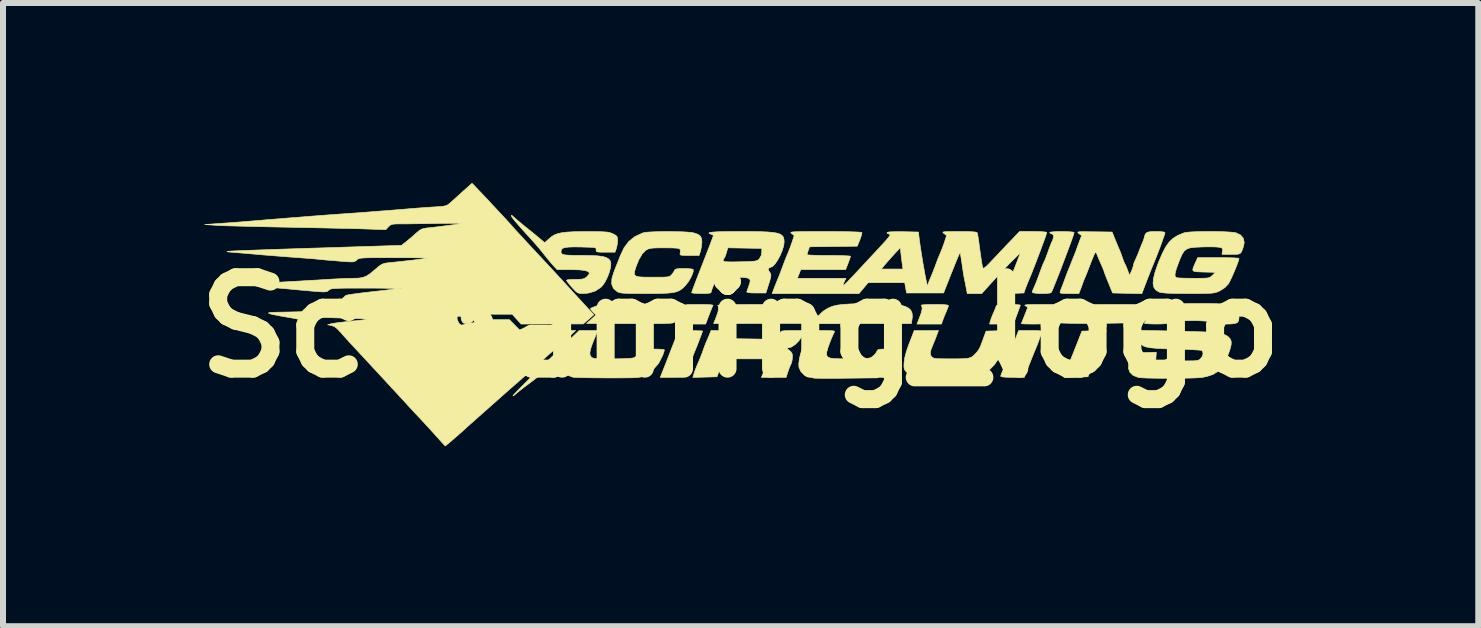
<source format=kicad_pcb>
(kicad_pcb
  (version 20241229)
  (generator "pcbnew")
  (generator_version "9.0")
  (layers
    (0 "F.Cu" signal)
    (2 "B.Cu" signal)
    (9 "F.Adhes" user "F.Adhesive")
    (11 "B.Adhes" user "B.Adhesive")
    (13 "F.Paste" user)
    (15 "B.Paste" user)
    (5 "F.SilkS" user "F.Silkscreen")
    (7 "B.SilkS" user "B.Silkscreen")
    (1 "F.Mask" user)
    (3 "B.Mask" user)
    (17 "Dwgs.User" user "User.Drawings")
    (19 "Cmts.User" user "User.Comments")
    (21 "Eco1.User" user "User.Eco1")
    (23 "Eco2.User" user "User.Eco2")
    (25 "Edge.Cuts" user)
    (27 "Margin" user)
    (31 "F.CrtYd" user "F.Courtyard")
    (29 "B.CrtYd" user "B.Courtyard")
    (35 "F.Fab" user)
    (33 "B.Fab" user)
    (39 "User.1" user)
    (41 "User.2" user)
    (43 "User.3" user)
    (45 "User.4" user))
  (footprint "Screaming_logo"
    (layer "F.Cu")
    (at 9.296 2.406)
    (property "Reference" "Screaming_logo" (at 0 0 0) (layer "F.SilkS") (effects (font (size 1.524 1.524) (thickness 0.3))))
    (attr through_hole)
    (fp_poly (pts (xy -4.526 -0.287) (xy -4.482 -0.262) (xy -4.45 -0.222) (xy -4.438 -0.171) (xy -4.454 -0.118) (xy -4.464 -0.103) (xy -4.512 -0.065) (xy -4.569 -0.055) (xy -4.621 -0.072) (xy -4.634 -0.083) (xy -4.657 -0.128) (xy -4.661 -0.187) (xy -4.645 -0.24) (xy -4.63 -0.26) (xy -4.578 -0.288) (xy -4.526 -0.287)) (stroke (width 0.01) (type solid)) (fill yes) (layer "F.SilkS"))
    (fp_poly (pts (xy 4.543 -0.38) (xy 4.608 -0.377) (xy 4.65 -0.373) (xy 4.663 -0.369) (xy 4.657 -0.348) (xy 4.64 -0.301) (xy 4.617 -0.238) (xy 4.605 -0.206) (xy 4.548 -0.054) (xy 4.151 -0.054) (xy 4.163 -0.104) (xy 4.178 -0.148) (xy 4.202 -0.209) (xy 4.22 -0.25) (xy 4.243 -0.305) (xy 4.259 -0.347) (xy 4.264 -0.363) (xy 4.281 -0.371) (xy 4.328 -0.377) (xy 4.401 -0.38) (xy 4.463 -0.381) (xy 4.543 -0.38)) (stroke (width 0.01) (type solid)) (fill yes) (layer "F.SilkS"))
    (fp_poly (pts (xy 3.329 -0.38) (xy 3.406 -0.376) (xy 3.452 -0.37) (xy 3.465 -0.363) (xy 3.458 -0.336) (xy 3.441 -0.291) (xy 3.431 -0.267) (xy 3.403 -0.202) (xy 3.377 -0.136) (xy 3.372 -0.122) (xy 3.349 -0.054) (xy 2.94 -0.054) (xy 2.978 -0.15) (xy 3.013 -0.244) (xy 3.027 -0.311) (xy 3.021 -0.352) (xy 3.01 -0.365) (xy 3.016 -0.371) (xy 3.055 -0.376) (xy 3.123 -0.379) (xy 3.215 -0.381) (xy 3.225 -0.381) (xy 3.329 -0.38)) (stroke (width 0.01) (type solid)) (fill yes) (layer "F.SilkS"))
    (fp_poly (pts (xy 6.075 0.104) (xy 6.055 0.154) (xy 6.04 0.19) (xy 6.028 0.219) (xy 6.006 0.275) (xy 5.976 0.352) (xy 5.94 0.444) (xy 5.907 0.526) (xy 5.791 0.825) (xy 5.391 0.836) (xy 5.427 0.731) (xy 5.449 0.668) (xy 5.469 0.615) (xy 5.48 0.59) (xy 5.493 0.56) (xy 5.516 0.504) (xy 5.547 0.428) (xy 5.581 0.341) (xy 5.594 0.308) (xy 5.69 0.064) (xy 5.893 0.058) (xy 6.096 0.053) (xy 6.075 0.104)) (stroke (width 0.01) (type solid)) (fill yes) (layer "F.SilkS"))
    (fp_poly (pts (xy 2.406 -0.395) (xy 2.545 -0.387) (xy 2.655 -0.372) (xy 2.739 -0.35) (xy 2.8 -0.32) (xy 2.839 -0.282) (xy 2.859 -0.234) (xy 2.863 -0.175) (xy 2.859 -0.141) (xy 2.847 -0.062) (xy 1.198 -0.06) (xy 1.258 -0.143) (xy 1.307 -0.202) (xy 1.363 -0.256) (xy 1.389 -0.276) (xy 1.442 -0.31) (xy 1.495 -0.336) (xy 1.553 -0.356) (xy 1.622 -0.371) (xy 1.707 -0.381) (xy 1.814 -0.388) (xy 1.948 -0.393) (xy 2.032 -0.395) (xy 2.236 -0.397) (xy 2.406 -0.395)) (stroke (width 0.01) (type solid)) (fill yes) (layer "F.SilkS"))
    (fp_poly (pts (xy 0.457 -0.381) (xy 0.606 -0.38) (xy 0.725 -0.379) (xy 0.819 -0.377) (xy 0.891 -0.374) (xy 0.945 -0.37) (xy 0.985 -0.365) (xy 1.015 -0.358) (xy 1.032 -0.352) (xy 1.098 -0.311) (xy 1.132 -0.252) (xy 1.137 -0.173) (xy 1.132 -0.14) (xy 1.116 -0.064) (xy 0.333 -0.063) (xy -0.45 -0.063) (xy -0.413 -0.154) (xy -0.379 -0.248) (xy -0.366 -0.315) (xy -0.373 -0.355) (xy -0.383 -0.365) (xy -0.372 -0.368) (xy -0.327 -0.372) (xy -0.253 -0.375) (xy -0.151 -0.377) (xy -0.025 -0.379) (xy 0.122 -0.38) (xy 0.276 -0.381) (xy 0.457 -0.381)) (stroke (width 0.01) (type solid)) (fill yes) (layer "F.SilkS"))
    (fp_poly (pts (xy -0.611 -0.38) (xy -0.537 -0.378) (xy -0.485 -0.374) (xy -0.461 -0.369) (xy -0.46 -0.367) (xy -0.47 -0.345) (xy -0.489 -0.298) (xy -0.514 -0.234) (xy -0.526 -0.204) (xy -0.583 -0.054) (xy -0.783 -0.054) (xy -0.871 -0.055) (xy -0.927 -0.057) (xy -0.959 -0.061) (xy -0.972 -0.069) (xy -0.972 -0.082) (xy -0.971 -0.086) (xy -0.958 -0.12) (xy -0.938 -0.175) (xy -0.921 -0.225) (xy -0.901 -0.284) (xy -0.893 -0.319) (xy -0.898 -0.339) (xy -0.913 -0.354) (xy -0.917 -0.357) (xy -0.926 -0.366) (xy -0.918 -0.373) (xy -0.89 -0.378) (xy -0.836 -0.38) (xy -0.753 -0.381) (xy -0.701 -0.381) (xy -0.611 -0.38)) (stroke (width 0.01) (type solid)) (fill yes) (layer "F.SilkS"))
    (fp_poly (pts (xy 5.197 -0.34) (xy 5.182 -0.3) (xy 5.159 -0.243) (xy 5.144 -0.209) (xy 5.119 -0.151) (xy 5.099 -0.104) (xy 5.092 -0.086) (xy 5.083 -0.072) (xy 5.063 -0.063) (xy 5.026 -0.057) (xy 4.965 -0.055) (xy 4.881 -0.054) (xy 4.801 -0.055) (xy 4.736 -0.056) (xy 4.693 -0.059) (xy 4.681 -0.061) (xy 4.687 -0.08) (xy 4.704 -0.123) (xy 4.729 -0.183) (xy 4.735 -0.2) (xy 4.76 -0.262) (xy 4.778 -0.31) (xy 4.785 -0.334) (xy 4.785 -0.336) (xy 4.768 -0.346) (xy 4.744 -0.36) (xy 4.737 -0.368) (xy 4.753 -0.374) (xy 4.794 -0.378) (xy 4.865 -0.38) (xy 4.959 -0.38) (xy 5.209 -0.381) (xy 5.197 -0.34)) (stroke (width 0.01) (type solid)) (fill yes) (layer "F.SilkS"))
    (fp_poly (pts (xy -0.691 0.058) (xy -0.648 0.06) (xy -0.635 0.062) (xy -0.641 0.084) (xy -0.657 0.129) (xy -0.68 0.19) (xy -0.705 0.256) (xy -0.729 0.317) (xy -0.749 0.365) (xy -0.75 0.368) (xy -0.775 0.428) (xy -0.799 0.49) (xy -0.82 0.544) (xy -0.848 0.611) (xy -0.864 0.648) (xy -0.89 0.71) (xy -0.91 0.765) (xy -0.918 0.789) (xy -0.924 0.809) (xy -0.935 0.822) (xy -0.957 0.829) (xy -0.997 0.833) (xy -1.061 0.834) (xy -1.134 0.835) (xy -1.339 0.835) (xy -1.23 0.558) (xy -1.19 0.455) (xy -1.151 0.354) (xy -1.116 0.265) (xy -1.09 0.196) (xy -1.081 0.172) (xy -1.04 0.064) (xy -0.837 0.058) (xy -0.757 0.057) (xy -0.691 0.058)) (stroke (width 0.01) (type solid)) (fill yes) (layer "F.SilkS"))
    (fp_poly (pts (xy 4.917 0.055) (xy 4.973 0.057) (xy 5.006 0.062) (xy 5.021 0.071) (xy 5.025 0.085) (xy 5.026 0.09) (xy 5.018 0.124) (xy 5.009 0.135) (xy 4.994 0.158) (xy 4.981 0.194) (xy 4.965 0.243) (xy 4.942 0.302) (xy 4.936 0.317) (xy 4.917 0.362) (xy 4.888 0.432) (xy 4.854 0.517) (xy 4.818 0.607) (xy 4.816 0.612) (xy 4.729 0.835) (xy 4.533 0.835) (xy 4.436 0.833) (xy 4.371 0.828) (xy 4.339 0.819) (xy 4.336 0.815) (xy 4.343 0.789) (xy 4.361 0.742) (xy 4.378 0.702) (xy 4.4 0.652) (xy 4.431 0.577) (xy 4.468 0.484) (xy 4.508 0.384) (xy 4.528 0.331) (xy 4.635 0.054) (xy 4.83 0.054) (xy 4.917 0.055)) (stroke (width 0.01) (type solid)) (fill yes) (layer "F.SilkS"))
    (fp_poly (pts (xy -1.644 -0.389) (xy -1.506 -0.387) (xy -1.396 -0.382) (xy -1.31 -0.375) (xy -1.246 -0.364) (xy -1.197 -0.349) (xy -1.161 -0.33) (xy -1.134 -0.305) (xy -1.124 -0.294) (xy -1.095 -0.231) (xy -1.09 -0.151) (xy -1.099 -0.098) (xy -1.102 -0.089) (xy -1.109 -0.081) (xy -1.121 -0.075) (xy -1.144 -0.07) (xy -1.18 -0.067) (xy -1.232 -0.064) (xy -1.304 -0.062) (xy -1.399 -0.061) (xy -1.52 -0.061) (xy -1.672 -0.061) (xy -1.838 -0.061) (xy -2.567 -0.063) (xy -2.412 -0.205) (xy -2.458 -0.253) (xy -2.488 -0.287) (xy -2.503 -0.309) (xy -2.504 -0.311) (xy -2.488 -0.322) (xy -2.447 -0.339) (xy -2.399 -0.356) (xy -2.364 -0.366) (xy -2.325 -0.375) (xy -2.278 -0.381) (xy -2.218 -0.385) (xy -2.14 -0.388) (xy -2.039 -0.389) (xy -1.91 -0.39) (xy -1.814 -0.39) (xy -1.644 -0.389)) (stroke (width 0.01) (type solid)) (fill yes) (layer "F.SilkS"))
    (fp_poly (pts (xy 7.824 -0.396) (xy 7.937 -0.393) (xy 8.03 -0.389) (xy 8.097 -0.384) (xy 8.106 -0.383) (xy 8.198 -0.361) (xy 8.26 -0.325) (xy 8.295 -0.271) (xy 8.306 -0.212) (xy 8.308 -0.148) (xy 8.3 -0.104) (xy 8.277 -0.076) (xy 8.233 -0.061) (xy 8.164 -0.055) (xy 8.081 -0.054) (xy 7.987 -0.056) (xy 7.923 -0.06) (xy 7.883 -0.069) (xy 7.862 -0.082) (xy 7.833 -0.093) (xy 7.775 -0.101) (xy 7.696 -0.107) (xy 7.603 -0.111) (xy 7.503 -0.111) (xy 7.405 -0.11) (xy 7.315 -0.105) (xy 7.241 -0.099) (xy 7.191 -0.089) (xy 7.174 -0.082) (xy 7.146 -0.069) (xy 7.096 -0.061) (xy 7.02 -0.056) (xy 6.935 -0.055) (xy 6.854 -0.056) (xy 6.788 -0.059) (xy 6.745 -0.063) (xy 6.731 -0.068) (xy 6.74 -0.09) (xy 6.764 -0.131) (xy 6.79 -0.173) (xy 6.868 -0.26) (xy 6.974 -0.326) (xy 7.105 -0.369) (xy 7.179 -0.382) (xy 7.244 -0.388) (xy 7.336 -0.392) (xy 7.448 -0.395) (xy 7.572 -0.396) (xy 7.7 -0.397) (xy 7.824 -0.396)) (stroke (width 0.01) (type solid)) (fill yes) (layer "F.SilkS"))
    (fp_poly (pts (xy 6.33 -0.38) (xy 6.468 -0.38) (xy 6.588 -0.379) (xy 6.685 -0.378) (xy 6.755 -0.377) (xy 6.795 -0.377) (xy 6.804 -0.376) (xy 6.798 -0.357) (xy 6.782 -0.314) (xy 6.761 -0.256) (xy 6.737 -0.191) (xy 6.713 -0.13) (xy 6.711 -0.122) (xy 6.7 -0.099) (xy 6.686 -0.084) (xy 6.66 -0.076) (xy 6.614 -0.073) (xy 6.542 -0.073) (xy 6.525 -0.073) (xy 6.448 -0.072) (xy 6.345 -0.071) (xy 6.228 -0.069) (xy 6.108 -0.067) (xy 6.051 -0.066) (xy 5.92 -0.064) (xy 5.776 -0.064) (xy 5.634 -0.064) (xy 5.508 -0.066) (xy 5.475 -0.067) (xy 5.378 -0.07) (xy 5.298 -0.075) (xy 5.24 -0.081) (xy 5.21 -0.088) (xy 5.207 -0.091) (xy 5.214 -0.115) (xy 5.232 -0.162) (xy 5.252 -0.207) (xy 5.281 -0.273) (xy 5.294 -0.315) (xy 5.291 -0.34) (xy 5.272 -0.356) (xy 5.257 -0.362) (xy 5.264 -0.366) (xy 5.306 -0.37) (xy 5.381 -0.373) (xy 5.487 -0.376) (xy 5.622 -0.378) (xy 5.785 -0.379) (xy 5.975 -0.38) (xy 6.01 -0.38) (xy 6.176 -0.38) (xy 6.33 -0.38)) (stroke (width 0.01) (type solid)) (fill yes) (layer "F.SilkS"))
    (fp_poly (pts (xy 5.422 -1.595) (xy 5.487 -1.592) (xy 5.536 -1.588) (xy 5.559 -1.581) (xy 5.56 -1.58) (xy 5.555 -1.561) (xy 5.54 -1.513) (xy 5.515 -1.442) (xy 5.482 -1.352) (xy 5.444 -1.25) (xy 5.402 -1.139) (xy 5.359 -1.026) (xy 5.317 -0.915) (xy 5.276 -0.812) (xy 5.24 -0.722) (xy 5.211 -0.649) (xy 5.189 -0.6) (xy 5.18 -0.581) (xy 5.157 -0.571) (xy 5.11 -0.565) (xy 5.049 -0.562) (xy 4.984 -0.563) (xy 4.925 -0.567) (xy 4.881 -0.574) (xy 4.862 -0.584) (xy 4.862 -0.585) (xy 4.87 -0.616) (xy 4.889 -0.659) (xy 4.906 -0.697) (xy 4.932 -0.76) (xy 4.961 -0.838) (xy 4.982 -0.895) (xy 5.01 -0.972) (xy 5.035 -1.037) (xy 5.054 -1.082) (xy 5.062 -1.098) (xy 5.074 -1.122) (xy 5.093 -1.172) (xy 5.118 -1.238) (xy 5.126 -1.261) (xy 5.15 -1.33) (xy 5.172 -1.386) (xy 5.186 -1.419) (xy 5.189 -1.424) (xy 5.203 -1.454) (xy 5.214 -1.494) (xy 5.218 -1.532) (xy 5.202 -1.551) (xy 5.19 -1.555) (xy 5.16 -1.569) (xy 5.153 -1.581) (xy 5.169 -1.587) (xy 5.213 -1.592) (xy 5.276 -1.595) (xy 5.348 -1.596) (xy 5.422 -1.595)) (stroke (width 0.01) (type solid)) (fill yes) (layer "F.SilkS"))
    (fp_poly (pts (xy -0.118 0.122) (xy -0.142 0.19) (xy 0.213 0.195) (xy 0.335 0.197) (xy 0.427 0.197) (xy 0.492 0.196) (xy 0.537 0.193) (xy 0.567 0.187) (xy 0.588 0.179) (xy 0.604 0.167) (xy 0.61 0.161) (xy 0.644 0.122) (xy 0.663 0.088) (xy 0.671 0.073) (xy 0.689 0.063) (xy 0.724 0.058) (xy 0.781 0.055) (xy 0.867 0.054) (xy 0.872 0.054) (xy 1.071 0.054) (xy 1.027 0.141) (xy 0.975 0.222) (xy 0.911 0.287) (xy 0.844 0.331) (xy 0.785 0.345) (xy 0.77 0.35) (xy 0.785 0.365) (xy 0.802 0.376) (xy 0.84 0.41) (xy 0.861 0.446) (xy 0.864 0.494) (xy 0.858 0.554) (xy 0.844 0.606) (xy 0.834 0.626) (xy 0.822 0.652) (xy 0.803 0.701) (xy 0.79 0.739) (xy 0.759 0.835) (xy 0.347 0.835) (xy 0.393 0.723) (xy 0.418 0.65) (xy 0.429 0.592) (xy 0.427 0.569) (xy 0.417 0.526) (xy -0.282 0.526) (xy -0.338 0.676) (xy -0.393 0.825) (xy -0.796 0.836) (xy -0.781 0.785) (xy -0.763 0.73) (xy -0.743 0.677) (xy -0.716 0.611) (xy -0.698 0.571) (xy -0.667 0.497) (xy -0.637 0.418) (xy -0.627 0.39) (xy -0.604 0.325) (xy -0.581 0.265) (xy -0.572 0.245) (xy -0.548 0.19) (xy -0.522 0.129) (xy -0.52 0.122) (xy -0.492 0.054) (xy -0.095 0.054) (xy -0.118 0.122)) (stroke (width 0.01) (type solid)) (fill yes) (layer "F.SilkS"))
    (fp_poly (pts (xy 7.254 0.063) (xy 7.449 0.068) (xy 7.612 0.073) (xy 7.746 0.078) (xy 7.853 0.085) (xy 7.938 0.094) (xy 8.004 0.105) (xy 8.055 0.118) (xy 8.093 0.134) (xy 8.123 0.153) (xy 8.129 0.158) (xy 8.162 0.194) (xy 8.179 0.235) (xy 8.178 0.289) (xy 8.16 0.362) (xy 8.134 0.439) (xy 8.08 0.568) (xy 8.023 0.665) (xy 7.956 0.736) (xy 7.874 0.787) (xy 7.772 0.82) (xy 7.695 0.836) (xy 7.648 0.84) (xy 7.572 0.844) (xy 7.474 0.847) (xy 7.36 0.849) (xy 7.237 0.85) (xy 7.11 0.85) (xy 6.986 0.85) (xy 6.871 0.848) (xy 6.771 0.846) (xy 6.693 0.842) (xy 6.642 0.838) (xy 6.631 0.836) (xy 6.544 0.802) (xy 6.489 0.75) (xy 6.465 0.681) (xy 6.473 0.593) (xy 6.511 0.49) (xy 6.541 0.426) (xy 6.93 0.416) (xy 6.921 0.553) (xy 7.274 0.558) (xy 7.395 0.56) (xy 7.486 0.56) (xy 7.551 0.559) (xy 7.596 0.556) (xy 7.626 0.55) (xy 7.646 0.541) (xy 7.662 0.529) (xy 7.668 0.523) (xy 7.7 0.479) (xy 7.71 0.432) (xy 7.697 0.395) (xy 7.688 0.387) (xy 7.664 0.382) (xy 7.609 0.378) (xy 7.529 0.373) (xy 7.428 0.368) (xy 7.312 0.364) (xy 7.23 0.362) (xy 7.067 0.358) (xy 6.938 0.351) (xy 6.838 0.342) (xy 6.764 0.329) (xy 6.712 0.31) (xy 6.68 0.284) (xy 6.664 0.249) (xy 6.66 0.204) (xy 6.665 0.148) (xy 6.667 0.133) (xy 6.679 0.052) (xy 7.254 0.063)) (stroke (width 0.01) (type solid)) (fill yes) (layer "F.SilkS"))
    (fp_poly (pts (xy 1.456 0.055) (xy 1.515 0.057) (xy 1.55 0.06) (xy 1.564 0.067) (xy 1.564 0.079) (xy 1.56 0.086) (xy 1.536 0.135) (xy 1.508 0.201) (xy 1.48 0.274) (xy 1.455 0.344) (xy 1.439 0.4) (xy 1.433 0.43) (xy 1.435 0.462) (xy 1.445 0.486) (xy 1.466 0.503) (xy 1.504 0.515) (xy 1.563 0.522) (xy 1.648 0.525) (xy 1.762 0.526) (xy 1.815 0.526) (xy 1.933 0.526) (xy 2.02 0.525) (xy 2.083 0.522) (xy 2.127 0.517) (xy 2.158 0.51) (xy 2.181 0.499) (xy 2.198 0.488) (xy 2.24 0.45) (xy 2.268 0.409) (xy 2.269 0.406) (xy 2.278 0.387) (xy 2.291 0.375) (xy 2.317 0.367) (xy 2.362 0.364) (xy 2.432 0.363) (xy 2.484 0.363) (xy 2.573 0.363) (xy 2.632 0.366) (xy 2.664 0.375) (xy 2.673 0.394) (xy 2.665 0.426) (xy 2.645 0.474) (xy 2.643 0.478) (xy 2.624 0.525) (xy 2.613 0.557) (xy 2.613 0.562) (xy 2.599 0.59) (xy 2.564 0.633) (xy 2.515 0.682) (xy 2.459 0.731) (xy 2.405 0.773) (xy 2.37 0.794) (xy 2.277 0.843) (xy 1.751 0.849) (xy 1.616 0.851) (xy 1.494 0.851) (xy 1.388 0.851) (xy 1.303 0.85) (xy 1.245 0.849) (xy 1.217 0.847) (xy 1.215 0.846) (xy 1.192 0.836) (xy 1.158 0.828) (xy 1.071 0.797) (xy 1.008 0.743) (xy 0.973 0.669) (xy 0.97 0.611) (xy 0.979 0.533) (xy 0.998 0.448) (xy 1.025 0.369) (xy 1.032 0.354) (xy 1.057 0.297) (xy 1.087 0.224) (xy 1.109 0.168) (xy 1.152 0.054) (xy 1.365 0.054) (xy 1.456 0.055)) (stroke (width 0.01) (type solid)) (fill yes) (layer "F.SilkS"))
    (fp_poly (pts (xy 3.263 0.15) (xy 3.238 0.215) (xy 3.213 0.275) (xy 3.203 0.299) (xy 3.172 0.378) (xy 3.162 0.435) (xy 3.174 0.477) (xy 3.185 0.491) (xy 3.2 0.504) (xy 3.22 0.514) (xy 3.252 0.52) (xy 3.301 0.524) (xy 3.373 0.525) (xy 3.473 0.526) (xy 3.509 0.526) (xy 3.621 0.526) (xy 3.703 0.524) (xy 3.761 0.52) (xy 3.802 0.514) (xy 3.833 0.504) (xy 3.859 0.491) (xy 3.861 0.49) (xy 3.9 0.456) (xy 3.944 0.408) (xy 3.98 0.356) (xy 4.001 0.313) (xy 4.002 0.308) (xy 4.01 0.286) (xy 4.015 0.272) (xy 4.028 0.24) (xy 4.047 0.188) (xy 4.059 0.154) (xy 4.092 0.064) (xy 4.298 0.058) (xy 4.387 0.057) (xy 4.445 0.057) (xy 4.478 0.06) (xy 4.492 0.067) (xy 4.493 0.079) (xy 4.491 0.086) (xy 4.478 0.119) (xy 4.457 0.173) (xy 4.433 0.236) (xy 4.367 0.395) (xy 4.301 0.522) (xy 4.232 0.623) (xy 4.155 0.702) (xy 4.068 0.764) (xy 4.012 0.793) (xy 3.981 0.808) (xy 3.952 0.82) (xy 3.921 0.828) (xy 3.882 0.835) (xy 3.832 0.839) (xy 3.764 0.842) (xy 3.674 0.844) (xy 3.557 0.846) (xy 3.438 0.847) (xy 3.269 0.848) (xy 3.134 0.847) (xy 3.031 0.844) (xy 2.956 0.839) (xy 2.909 0.832) (xy 2.898 0.829) (xy 2.838 0.801) (xy 2.781 0.761) (xy 2.774 0.755) (xy 2.743 0.722) (xy 2.728 0.692) (xy 2.723 0.65) (xy 2.725 0.591) (xy 2.736 0.509) (xy 2.763 0.407) (xy 2.807 0.28) (xy 2.812 0.268) (xy 2.894 0.055) (xy 3.096 0.055) (xy 3.299 0.054) (xy 3.263 0.15)) (stroke (width 0.01) (type solid)) (fill yes) (layer "F.SilkS"))
    (fp_poly (pts (xy -2.439 0.195) (xy -2.48 0.298) (xy -2.504 0.374) (xy -2.513 0.429) (xy -2.507 0.469) (xy -2.492 0.493) (xy -2.478 0.505) (xy -2.457 0.514) (xy -2.425 0.52) (xy -2.374 0.523) (xy -2.302 0.525) (xy -2.2 0.526) (xy -2.139 0.526) (xy -2.011 0.525) (xy -1.906 0.521) (xy -1.827 0.516) (xy -1.78 0.509) (xy -1.771 0.506) (xy -1.733 0.476) (xy -1.698 0.431) (xy -1.694 0.424) (xy -1.661 0.363) (xy -1.465 0.363) (xy -1.386 0.364) (xy -1.322 0.367) (xy -1.281 0.372) (xy -1.27 0.376) (xy -1.276 0.399) (xy -1.29 0.444) (xy -1.3 0.471) (xy -1.367 0.602) (xy -1.462 0.711) (xy -1.581 0.795) (xy -1.596 0.803) (xy -1.621 0.815) (xy -1.646 0.824) (xy -1.676 0.831) (xy -1.714 0.836) (xy -1.766 0.84) (xy -1.836 0.842) (xy -1.929 0.843) (xy -2.048 0.844) (xy -2.2 0.844) (xy -2.213 0.844) (xy -2.352 0.843) (xy -2.48 0.842) (xy -2.593 0.84) (xy -2.686 0.838) (xy -2.754 0.835) (xy -2.793 0.832) (xy -2.797 0.832) (xy -2.886 0.798) (xy -2.944 0.749) (xy -2.974 0.679) (xy -2.98 0.618) (xy -2.984 0.557) (xy -2.995 0.528) (xy -3.012 0.532) (xy -3.021 0.544) (xy -3.039 0.562) (xy -3.08 0.596) (xy -3.136 0.639) (xy -3.171 0.666) (xy -3.232 0.712) (xy -3.282 0.75) (xy -3.313 0.774) (xy -3.32 0.78) (xy -3.337 0.794) (xy -3.378 0.825) (xy -3.437 0.87) (xy -3.509 0.925) (xy -3.542 0.95) (xy -3.618 1.007) (xy -3.684 1.058) (xy -3.733 1.098) (xy -3.761 1.122) (xy -3.765 1.126) (xy -3.791 1.143) (xy -3.795 1.143) (xy -3.788 1.131) (xy -3.756 1.097) (xy -3.705 1.043) (xy -3.636 0.973) (xy -3.552 0.889) (xy -3.457 0.794) (xy -3.382 0.721) (xy -3.271 0.613) (xy -3.163 0.508) (xy -3.061 0.41) (xy -2.97 0.322) (xy -2.895 0.249) (xy -2.839 0.195) (xy -2.82 0.177) (xy -2.691 0.054) (xy -2.38 0.054) (xy -2.439 0.195)) (stroke (width 0.01) (type solid)) (fill yes) (layer "F.SilkS"))
    (fp_poly (pts (xy -1.081 -1.594) (xy -0.976 -1.592) (xy -0.887 -1.587) (xy -0.819 -1.581) (xy -0.789 -1.576) (xy -0.715 -1.552) (xy -0.671 -1.521) (xy -0.65 -1.476) (xy -0.645 -1.419) (xy -0.652 -1.349) (xy -0.665 -1.281) (xy -0.67 -1.265) (xy -0.692 -1.197) (xy -0.855 -1.197) (xy -0.933 -1.198) (xy -0.98 -1.201) (xy -1.004 -1.207) (xy -1.01 -1.218) (xy -1.008 -1.231) (xy -1.004 -1.275) (xy -1.008 -1.295) (xy -1.018 -1.307) (xy -1.038 -1.315) (xy -1.075 -1.32) (xy -1.134 -1.323) (xy -1.222 -1.324) (xy -1.269 -1.324) (xy -1.371 -1.324) (xy -1.443 -1.322) (xy -1.494 -1.317) (xy -1.529 -1.309) (xy -1.557 -1.297) (xy -1.579 -1.284) (xy -1.639 -1.224) (xy -1.695 -1.13) (xy -1.745 -1.004) (xy -1.752 -0.984) (xy -1.767 -0.932) (xy -1.772 -0.893) (xy -1.763 -0.867) (xy -1.736 -0.85) (xy -1.686 -0.84) (xy -1.61 -0.836) (xy -1.503 -0.835) (xy -1.462 -0.835) (xy -1.356 -0.835) (xy -1.28 -0.836) (xy -1.228 -0.839) (xy -1.195 -0.845) (xy -1.173 -0.855) (xy -1.157 -0.868) (xy -1.15 -0.876) (xy -1.119 -0.917) (xy -1.102 -0.949) (xy -1.089 -0.965) (xy -1.063 -0.974) (xy -1.015 -0.979) (xy -0.945 -0.98) (xy -0.876 -0.978) (xy -0.823 -0.973) (xy -0.794 -0.967) (xy -0.791 -0.965) (xy -0.789 -0.932) (xy -0.806 -0.88) (xy -0.835 -0.818) (xy -0.874 -0.754) (xy -0.918 -0.698) (xy -0.925 -0.691) (xy -0.964 -0.653) (xy -1.001 -0.624) (xy -1.042 -0.602) (xy -1.091 -0.586) (xy -1.154 -0.575) (xy -1.236 -0.568) (xy -1.341 -0.564) (xy -1.474 -0.563) (xy -1.581 -0.562) (xy -1.717 -0.563) (xy -1.823 -0.564) (xy -1.902 -0.566) (xy -1.959 -0.569) (xy -2 -0.574) (xy -2.029 -0.582) (xy -2.051 -0.591) (xy -2.061 -0.597) (xy -2.121 -0.651) (xy -2.149 -0.721) (xy -2.146 -0.808) (xy -2.14 -0.83) (xy -2.119 -0.901) (xy -2.093 -0.971) (xy -2.086 -0.989) (xy -2.064 -1.044) (xy -2.035 -1.116) (xy -2.007 -1.188) (xy -1.943 -1.325) (xy -1.864 -1.431) (xy -1.764 -1.511) (xy -1.64 -1.569) (xy -1.616 -1.577) (xy -1.574 -1.584) (xy -1.504 -1.589) (xy -1.413 -1.593) (xy -1.307 -1.595) (xy -1.194 -1.596) (xy -1.081 -1.594)) (stroke (width 0.01) (type solid)) (fill yes) (layer "F.SilkS"))
    (fp_poly (pts (xy 0.178 -1.596) (xy 0.328 -1.594) (xy 0.448 -1.589) (xy 0.541 -1.581) (xy 0.611 -1.569) (xy 0.661 -1.552) (xy 0.694 -1.529) (xy 0.714 -1.501) (xy 0.723 -1.465) (xy 0.726 -1.421) (xy 0.717 -1.354) (xy 0.693 -1.277) (xy 0.659 -1.196) (xy 0.618 -1.121) (xy 0.575 -1.057) (xy 0.533 -1.014) (xy 0.497 -0.998) (xy 0.467 -0.986) (xy 0.462 -0.956) (xy 0.479 -0.927) (xy 0.497 -0.903) (xy 0.505 -0.875) (xy 0.502 -0.837) (xy 0.488 -0.78) (xy 0.464 -0.705) (xy 0.421 -0.572) (xy 0.26 -0.572) (xy 0.182 -0.573) (xy 0.128 -0.579) (xy 0.104 -0.587) (xy 0.103 -0.59) (xy 0.111 -0.616) (xy 0.128 -0.663) (xy 0.138 -0.693) (xy 0.155 -0.743) (xy 0.16 -0.78) (xy 0.149 -0.805) (xy 0.118 -0.821) (xy 0.062 -0.83) (xy -0.021 -0.834) (xy -0.135 -0.835) (xy -0.392 -0.835) (xy -0.441 -0.724) (xy -0.466 -0.664) (xy -0.484 -0.614) (xy -0.49 -0.588) (xy -0.498 -0.575) (xy -0.524 -0.568) (xy -0.576 -0.563) (xy -0.653 -0.562) (xy -0.725 -0.564) (xy -0.781 -0.568) (xy -0.812 -0.574) (xy -0.816 -0.578) (xy -0.81 -0.598) (xy -0.792 -0.647) (xy -0.764 -0.722) (xy -0.728 -0.816) (xy -0.685 -0.926) (xy -0.638 -1.047) (xy -0.635 -1.054) (xy -0.612 -1.113) (xy -0.29 -1.113) (xy -0.286 -1.103) (xy -0.269 -1.096) (xy -0.235 -1.092) (xy -0.179 -1.09) (xy -0.096 -1.09) (xy -0.01 -1.092) (xy 0.098 -1.094) (xy 0.176 -1.098) (xy 0.229 -1.102) (xy 0.265 -1.109) (xy 0.288 -1.119) (xy 0.306 -1.133) (xy 0.31 -1.137) (xy 0.343 -1.195) (xy 0.352 -1.246) (xy 0.354 -1.315) (xy 0.071 -1.32) (xy -0.213 -1.325) (xy -0.236 -1.243) (xy -0.253 -1.192) (xy -0.269 -1.157) (xy -0.275 -1.151) (xy -0.289 -1.126) (xy -0.29 -1.113) (xy -0.612 -1.113) (xy -0.588 -1.175) (xy -0.545 -1.286) (xy -0.508 -1.381) (xy -0.48 -1.456) (xy -0.461 -1.506) (xy -0.454 -1.527) (xy -0.454 -1.527) (xy -0.468 -1.542) (xy -0.49 -1.551) (xy -0.521 -1.563) (xy -0.528 -1.573) (xy -0.509 -1.581) (xy -0.462 -1.587) (xy -0.387 -1.592) (xy -0.28 -1.595) (xy -0.14 -1.596) (xy -0.005 -1.596) (xy 0.178 -1.596)) (stroke (width 0.01) (type solid)) (fill yes) (layer "F.SilkS"))
    (fp_poly (pts (xy 7.946 -1.596) (xy 8.054 -1.593) (xy 8.147 -1.588) (xy 8.218 -1.582) (xy 8.259 -1.575) (xy 8.335 -1.538) (xy 8.381 -1.484) (xy 8.395 -1.415) (xy 8.392 -1.391) (xy 8.377 -1.329) (xy 8.356 -1.272) (xy 8.354 -1.268) (xy 8.339 -1.242) (xy 8.321 -1.227) (xy 8.292 -1.219) (xy 8.243 -1.216) (xy 8.176 -1.216) (xy 8.025 -1.216) (xy 8.033 -1.269) (xy 8.035 -1.305) (xy 8.02 -1.323) (xy 7.978 -1.334) (xy 7.975 -1.334) (xy 7.931 -1.339) (xy 7.86 -1.341) (xy 7.773 -1.341) (xy 7.683 -1.339) (xy 7.575 -1.334) (xy 7.496 -1.325) (xy 7.439 -1.305) (xy 7.396 -1.272) (xy 7.361 -1.218) (xy 7.326 -1.141) (xy 7.303 -1.081) (xy 7.267 -0.984) (xy 7.247 -0.914) (xy 7.241 -0.868) (xy 7.25 -0.84) (xy 7.268 -0.827) (xy 7.296 -0.823) (xy 7.352 -0.82) (xy 7.43 -0.818) (xy 7.523 -0.817) (xy 7.556 -0.816) (xy 7.657 -0.817) (xy 7.729 -0.818) (xy 7.778 -0.821) (xy 7.811 -0.828) (xy 7.834 -0.839) (xy 7.853 -0.855) (xy 7.865 -0.866) (xy 7.915 -0.916) (xy 7.721 -0.921) (xy 7.631 -0.924) (xy 7.574 -0.929) (xy 7.544 -0.941) (xy 7.538 -0.966) (xy 7.551 -1.008) (xy 7.58 -1.073) (xy 7.585 -1.084) (xy 7.62 -1.161) (xy 7.965 -1.161) (xy 8.072 -1.16) (xy 8.166 -1.159) (xy 8.24 -1.156) (xy 8.29 -1.152) (xy 8.309 -1.148) (xy 8.309 -1.148) (xy 8.302 -1.117) (xy 8.283 -1.063) (xy 8.256 -0.992) (xy 8.224 -0.916) (xy 8.191 -0.84) (xy 8.16 -0.776) (xy 8.136 -0.73) (xy 8.13 -0.721) (xy 8.072 -0.661) (xy 7.994 -0.61) (xy 7.989 -0.608) (xy 7.958 -0.593) (xy 7.929 -0.583) (xy 7.897 -0.575) (xy 7.856 -0.569) (xy 7.802 -0.566) (xy 7.728 -0.564) (xy 7.631 -0.563) (xy 7.503 -0.563) (xy 7.462 -0.563) (xy 7.312 -0.564) (xy 7.195 -0.566) (xy 7.105 -0.569) (xy 7.041 -0.575) (xy 6.997 -0.582) (xy 6.973 -0.589) (xy 6.921 -0.621) (xy 6.889 -0.666) (xy 6.876 -0.727) (xy 6.882 -0.808) (xy 6.907 -0.912) (xy 6.952 -1.043) (xy 6.969 -1.088) (xy 7.028 -1.227) (xy 7.085 -1.337) (xy 7.144 -1.42) (xy 7.211 -1.484) (xy 7.289 -1.532) (xy 7.383 -1.571) (xy 7.4 -1.577) (xy 7.443 -1.584) (xy 7.515 -1.59) (xy 7.608 -1.594) (xy 7.716 -1.596) (xy 7.831 -1.597) (xy 7.946 -1.596)) (stroke (width 0.01) (type solid)) (fill yes) (layer "F.SilkS"))
    (fp_poly (pts (xy -3.81 -1.863) (xy -3.779 -1.836) (xy -3.74 -1.801) (xy -3.676 -1.747) (xy -3.588 -1.675) (xy -3.502 -1.606) (xy -3.447 -1.562) (xy -3.384 -1.509) (xy -3.35 -1.481) (xy -3.266 -1.411) (xy -3.194 -1.475) (xy -3.149 -1.512) (xy -3.101 -1.541) (xy -3.045 -1.562) (xy -2.977 -1.577) (xy -2.89 -1.587) (xy -2.779 -1.593) (xy -2.64 -1.595) (xy -2.571 -1.595) (xy -2.445 -1.595) (xy -2.349 -1.594) (xy -2.277 -1.591) (xy -2.225 -1.587) (xy -2.186 -1.58) (xy -2.155 -1.57) (xy -2.127 -1.558) (xy -2.08 -1.533) (xy -2.058 -1.508) (xy -2.051 -1.471) (xy -2.05 -1.447) (xy -2.056 -1.381) (xy -2.07 -1.318) (xy -2.072 -1.312) (xy -2.094 -1.252) (xy -2.253 -1.252) (xy -2.329 -1.252) (xy -2.376 -1.255) (xy -2.4 -1.261) (xy -2.409 -1.274) (xy -2.408 -1.293) (xy -2.408 -1.309) (xy -2.413 -1.32) (xy -2.431 -1.328) (xy -2.466 -1.332) (xy -2.524 -1.335) (xy -2.61 -1.337) (xy -2.663 -1.339) (xy -2.782 -1.34) (xy -2.869 -1.337) (xy -2.929 -1.329) (xy -2.967 -1.316) (xy -2.987 -1.296) (xy -2.993 -1.267) (xy -2.994 -1.262) (xy -2.991 -1.241) (xy -2.98 -1.224) (xy -2.956 -1.213) (xy -2.915 -1.205) (xy -2.851 -1.201) (xy -2.762 -1.198) (xy -2.641 -1.198) (xy -2.619 -1.198) (xy -2.485 -1.196) (xy -2.382 -1.191) (xy -2.304 -1.181) (xy -2.248 -1.166) (xy -2.207 -1.144) (xy -2.178 -1.117) (xy -2.163 -1.074) (xy -2.166 -1.009) (xy -2.184 -0.931) (xy -2.214 -0.848) (xy -2.253 -0.768) (xy -2.298 -0.7) (xy -2.331 -0.664) (xy -2.427 -0.602) (xy -2.544 -0.569) (xy -2.625 -0.563) (xy -2.674 -0.564) (xy -2.709 -0.572) (xy -2.74 -0.592) (xy -2.778 -0.63) (xy -2.811 -0.666) (xy -2.855 -0.717) (xy -2.887 -0.758) (xy -2.902 -0.782) (xy -2.903 -0.784) (xy -2.886 -0.791) (xy -2.842 -0.796) (xy -2.778 -0.798) (xy -2.759 -0.798) (xy -2.683 -0.8) (xy -2.632 -0.805) (xy -2.597 -0.818) (xy -2.567 -0.839) (xy -2.565 -0.841) (xy -2.53 -0.879) (xy -2.522 -0.909) (xy -2.544 -0.931) (xy -2.596 -0.947) (xy -2.681 -0.957) (xy -2.8 -0.961) (xy -2.857 -0.962) (xy -3.06 -0.962) (xy -3.123 -1.03) (xy -3.164 -1.077) (xy -3.217 -1.141) (xy -3.272 -1.21) (xy -3.284 -1.225) (xy -3.344 -1.3) (xy -3.417 -1.385) (xy -3.487 -1.464) (xy -3.5 -1.479) (xy -3.578 -1.563) (xy -3.652 -1.645) (xy -3.717 -1.72) (xy -3.77 -1.782) (xy -3.805 -1.827) (xy -3.815 -1.842) (xy -3.823 -1.866) (xy -3.81 -1.863)) (stroke (width 0.01) (type solid)) (fill yes) (layer "F.SilkS"))
    (fp_poly (pts (xy 7.01 -1.594) (xy 7.058 -1.588) (xy 7.076 -1.576) (xy 7.076 -1.575) (xy 7.069 -1.551) (xy 7.052 -1.501) (xy 7.027 -1.431) (xy 6.997 -1.348) (xy 6.964 -1.261) (xy 6.931 -1.175) (xy 6.9 -1.099) (xy 6.877 -1.043) (xy 6.858 -0.997) (xy 6.83 -0.927) (xy 6.797 -0.843) (xy 6.767 -0.766) (xy 6.689 -0.561) (xy 6.446 -0.566) (xy 6.202 -0.572) (xy 6.131 -0.744) (xy 6.101 -0.817) (xy 6.078 -0.877) (xy 6.063 -0.918) (xy 6.06 -0.929) (xy 6.053 -0.951) (xy 6.034 -0.997) (xy 6.008 -1.055) (xy 6.008 -1.056) (xy 5.979 -1.121) (xy 5.956 -1.177) (xy 5.943 -1.211) (xy 5.929 -1.243) (xy 5.918 -1.252) (xy 5.907 -1.236) (xy 5.886 -1.193) (xy 5.86 -1.13) (xy 5.835 -1.067) (xy 5.803 -0.984) (xy 5.773 -0.906) (xy 5.748 -0.845) (xy 5.736 -0.818) (xy 5.718 -0.774) (xy 5.708 -0.747) (xy 5.707 -0.744) (xy 5.7 -0.723) (xy 5.684 -0.68) (xy 5.673 -0.649) (xy 5.639 -0.562) (xy 5.478 -0.562) (xy 5.401 -0.563) (xy 5.355 -0.566) (xy 5.331 -0.572) (xy 5.325 -0.584) (xy 5.327 -0.594) (xy 5.343 -0.638) (xy 5.352 -0.662) (xy 5.367 -0.698) (xy 5.388 -0.755) (xy 5.407 -0.807) (xy 5.432 -0.875) (xy 5.456 -0.937) (xy 5.469 -0.971) (xy 5.491 -1.022) (xy 5.516 -1.086) (xy 5.524 -1.107) (xy 5.548 -1.166) (xy 5.569 -1.219) (xy 5.575 -1.234) (xy 5.59 -1.27) (xy 5.596 -1.288) (xy 5.603 -1.308) (xy 5.619 -1.353) (xy 5.641 -1.412) (xy 5.641 -1.413) (xy 5.685 -1.528) (xy 5.641 -1.562) (xy 5.626 -1.575) (xy 5.621 -1.584) (xy 5.631 -1.59) (xy 5.659 -1.593) (xy 5.711 -1.594) (xy 5.791 -1.593) (xy 5.895 -1.592) (xy 6.193 -1.588) (xy 6.245 -1.46) (xy 6.274 -1.39) (xy 6.301 -1.325) (xy 6.321 -1.28) (xy 6.321 -1.279) (xy 6.343 -1.224) (xy 6.365 -1.161) (xy 6.368 -1.152) (xy 6.386 -1.102) (xy 6.401 -1.067) (xy 6.404 -1.061) (xy 6.418 -1.035) (xy 6.438 -0.987) (xy 6.451 -0.954) (xy 6.484 -0.865) (xy 6.516 -0.936) (xy 6.536 -0.987) (xy 6.547 -1.027) (xy 6.548 -1.034) (xy 6.557 -1.07) (xy 6.573 -1.107) (xy 6.592 -1.148) (xy 6.618 -1.208) (xy 6.639 -1.261) (xy 6.665 -1.329) (xy 6.691 -1.392) (xy 6.706 -1.427) (xy 6.723 -1.473) (xy 6.732 -1.507) (xy 6.732 -1.509) (xy 6.742 -1.542) (xy 6.756 -1.565) (xy 6.776 -1.581) (xy 6.809 -1.591) (xy 6.864 -1.596) (xy 6.928 -1.597) (xy 7.01 -1.594)) (stroke (width 0.01) (type solid)) (fill yes) (layer "F.SilkS"))
    (fp_poly (pts (xy 4.959 -1.596) (xy 5.031 -1.593) (xy 5.082 -1.588) (xy 5.103 -1.583) (xy 5.104 -1.583) (xy 5.099 -1.564) (xy 5.084 -1.516) (xy 5.059 -1.446) (xy 5.027 -1.359) (xy 4.991 -1.261) (xy 4.951 -1.157) (xy 4.912 -1.053) (xy 4.873 -0.955) (xy 4.839 -0.868) (xy 4.809 -0.798) (xy 4.796 -0.766) (xy 4.771 -0.706) (xy 4.747 -0.642) (xy 4.746 -0.639) (xy 4.723 -0.572) (xy 4.566 -0.566) (xy 4.495 -0.565) (xy 4.441 -0.566) (xy 4.412 -0.568) (xy 4.409 -0.57) (xy 4.415 -0.589) (xy 4.432 -0.636) (xy 4.457 -0.703) (xy 4.488 -0.783) (xy 4.492 -0.793) (xy 4.529 -0.888) (xy 4.566 -0.985) (xy 4.599 -1.069) (xy 4.62 -1.125) (xy 4.665 -1.243) (xy 4.536 -1.116) (xy 4.475 -1.055) (xy 4.4 -0.976) (xy 4.317 -0.888) (xy 4.235 -0.8) (xy 4.213 -0.776) (xy 4.02 -0.562) (xy 3.779 -0.562) (xy 3.757 -0.676) (xy 3.744 -0.742) (xy 3.733 -0.797) (xy 3.727 -0.826) (xy 3.721 -0.858) (xy 3.712 -0.917) (xy 3.7 -0.993) (xy 3.692 -1.051) (xy 3.68 -1.129) (xy 3.67 -1.193) (xy 3.662 -1.234) (xy 3.659 -1.246) (xy 3.651 -1.232) (xy 3.631 -1.189) (xy 3.603 -1.122) (xy 3.568 -1.036) (xy 3.528 -0.935) (xy 3.518 -0.912) (xy 3.384 -0.572) (xy 2.767 -0.572) (xy 2.751 -0.658) (xy 2.736 -0.744) (xy 2.126 -0.744) (xy 2.05 -0.653) (xy 1.974 -0.562) (xy 0.526 -0.562) (xy 0.555 -0.64) (xy 0.587 -0.722) (xy 0.62 -0.804) (xy 0.637 -0.844) (xy 0.651 -0.878) (xy 0.672 -0.935) (xy 0.697 -1.002) (xy 0.699 -1.007) (xy 0.724 -1.074) (xy 0.746 -1.132) (xy 0.76 -1.169) (xy 0.761 -1.17) (xy 0.799 -1.26) (xy 0.827 -1.332) (xy 0.851 -1.4) (xy 0.862 -1.431) (xy 0.894 -1.529) (xy 0.851 -1.563) (xy 0.84 -1.572) (xy 0.836 -1.579) (xy 0.843 -1.584) (xy 0.863 -1.589) (xy 0.9 -1.592) (xy 0.958 -1.594) (xy 1.039 -1.595) (xy 1.147 -1.596) (xy 1.286 -1.596) (xy 1.41 -1.596) (xy 1.554 -1.596) (xy 1.686 -1.595) (xy 1.803 -1.593) (xy 1.898 -1.59) (xy 1.97 -1.587) (xy 2.012 -1.583) (xy 2.022 -1.581) (xy 2.02 -1.557) (xy 2.007 -1.51) (xy 1.988 -1.458) (xy 1.945 -1.352) (xy 1.15 -1.342) (xy 1.128 -1.282) (xy 1.114 -1.239) (xy 1.107 -1.211) (xy 1.107 -1.21) (xy 1.124 -1.206) (xy 1.172 -1.203) (xy 1.246 -1.2) (xy 1.339 -1.198) (xy 1.447 -1.197) (xy 1.47 -1.197) (xy 1.58 -1.197) (xy 1.677 -1.195) (xy 1.755 -1.192) (xy 1.808 -1.189) (xy 1.832 -1.185) (xy 1.832 -1.185) (xy 1.826 -1.162) (xy 1.81 -1.116) (xy 1.792 -1.067) (xy 1.751 -0.962) (xy 1.003 -0.962) (xy 0.975 -0.889) (xy 0.946 -0.816) (xy 1.757 -0.816) (xy 1.729 -0.761) (xy 1.713 -0.722) (xy 1.709 -0.698) (xy 1.71 -0.697) (xy 1.715 -0.698) (xy 1.728 -0.708) (xy 1.751 -0.728) (xy 1.786 -0.763) (xy 1.834 -0.814) (xy 1.9 -0.883) (xy 1.982 -0.971) (xy 2.345 -0.971) (xy 2.707 -0.971) (xy 2.695 -1.052) (xy 2.686 -1.121) (xy 2.676 -1.2) (xy 2.673 -1.231) (xy 2.662 -1.328) (xy 2.572 -1.231) (xy 2.514 -1.167) (xy 2.454 -1.1) (xy 2.413 -1.052) (xy 2.345 -0.971) (xy 1.982 -0.971) (xy 1.984 -0.973) (xy 2.089 -1.086) (xy 2.142 -1.143) (xy 2.248 -1.257) (xy 2.331 -1.346) (xy 2.394 -1.415) (xy 2.439 -1.466) (xy 2.469 -1.502) (xy 2.486 -1.525) (xy 2.492 -1.54) (xy 2.489 -1.548) (xy 2.48 -1.553) (xy 2.467 -1.558) (xy 2.465 -1.558) (xy 2.439 -1.573) (xy 2.444 -1.583) (xy 2.481 -1.59) (xy 2.553 -1.593) (xy 2.659 -1.594) (xy 2.722 -1.593) (xy 2.966 -1.588) (xy 2.971 -1.533) (xy 2.978 -1.472) (xy 2.989 -1.392) (xy 3.003 -1.299) (xy 3.019 -1.197) (xy 3.036 -1.092) (xy 3.054 -0.99) (xy 3.071 -0.894) (xy 3.087 -0.811) (xy 3.101 -0.746) (xy 3.111 -0.703) (xy 3.118 -0.688) (xy 3.119 -0.693) (xy 3.127 -0.727) (xy 3.146 -0.779) (xy 3.164 -0.82) (xy 3.195 -0.894) (xy 3.228 -0.978) (xy 3.246 -1.025) (xy 3.269 -1.089) (xy 3.289 -1.143) (xy 3.301 -1.17) (xy 3.34 -1.262) (xy 3.369 -1.337) (xy 3.395 -1.409) (xy 3.402 -1.431) (xy 3.434 -1.529) (xy 3.391 -1.563) (xy 3.376 -1.575) (xy 3.371 -1.584) (xy 3.382 -1.59) (xy 3.411 -1.593) (xy 3.465 -1.595) (xy 3.546 -1.596) (xy 3.643 -1.596) (xy 3.761 -1.596) (xy 3.847 -1.593) (xy 3.904 -1.589) (xy 3.936 -1.582) (xy 3.946 -1.574) (xy 3.952 -1.546) (xy 3.961 -1.492) (xy 3.971 -1.425) (xy 3.972 -1.415) (xy 3.99 -1.28) (xy 4.005 -1.176) (xy 4.016 -1.1) (xy 4.025 -1.047) (xy 4.032 -1.012) (xy 4.038 -0.993) (xy 4.047 -0.984) (xy 4.067 -0.993) (xy 4.1 -1.02) (xy 4.151 -1.071) (xy 4.197 -1.12) (xy 4.276 -1.203) (xy 4.366 -1.298) (xy 4.453 -1.391) (xy 4.498 -1.437) (xy 4.651 -1.597) (xy 4.874 -1.597) (xy 4.959 -1.596)) (stroke (width 0.01) (type solid)) (fill yes) (layer "F.SilkS"))
    (fp_poly (pts (xy -4.348 -2.266) (xy -4.285 -2.2) (xy -4.213 -2.124) (xy -4.137 -2.042) (xy -4.06 -1.959) (xy -3.986 -1.88) (xy -3.92 -1.809) (xy -3.866 -1.75) (xy -3.828 -1.708) (xy -3.81 -1.688) (xy -3.81 -1.687) (xy -3.801 -1.677) (xy -3.78 -1.653) (xy -3.745 -1.614) (xy -3.694 -1.559) (xy -3.625 -1.484) (xy -3.537 -1.389) (xy -3.428 -1.272) (xy -3.296 -1.131) (xy -3.257 -1.089) (xy -3.199 -1.027) (xy -3.123 -0.945) (xy -3.036 -0.85) (xy -2.943 -0.749) (xy -2.852 -0.65) (xy -2.839 -0.636) (xy -2.756 -0.545) (xy -2.677 -0.459) (xy -2.608 -0.384) (xy -2.552 -0.323) (xy -2.514 -0.283) (xy -2.506 -0.275) (xy -2.446 -0.211) (xy -2.534 -0.133) (xy -2.622 -0.056) (xy -3.14 -0.055) (xy -3.659 -0.054) (xy -3.808 -0.218) (xy -4.099 -0.218) (xy -4.197 -0.219) (xy -4.282 -0.221) (xy -4.345 -0.225) (xy -4.383 -0.23) (xy -4.391 -0.233) (xy -4.402 -0.255) (xy -4.431 -0.29) (xy -4.438 -0.297) (xy -4.5 -0.335) (xy -4.574 -0.345) (xy -4.646 -0.326) (xy -4.647 -0.325) (xy -4.687 -0.287) (xy -4.715 -0.227) (xy -4.726 -0.161) (xy -4.724 -0.128) (xy -4.695 -0.066) (xy -4.643 -0.022) (xy -4.578 -0.001) (xy -4.51 -0.003) (xy -4.448 -0.033) (xy -4.435 -0.045) (xy -4.405 -0.08) (xy -4.391 -0.106) (xy -4.391 -0.108) (xy -4.373 -0.116) (xy -4.32 -0.122) (xy -4.233 -0.126) (xy -4.122 -0.127) (xy -3.854 -0.127) (xy -3.675 0.054) (xy -2.75 0.054) (xy -2.814 0.113) (xy -2.865 0.161) (xy -2.926 0.215) (xy -2.958 0.243) (xy -3.107 0.374) (xy -3.244 0.496) (xy -3.364 0.604) (xy -3.429 0.662) (xy -3.489 0.716) (xy -3.567 0.786) (xy -3.654 0.862) (xy -3.738 0.936) (xy -3.747 0.943) (xy -3.83 1.016) (xy -3.914 1.09) (xy -3.99 1.157) (xy -4.049 1.21) (xy -4.056 1.216) (xy -4.112 1.266) (xy -4.187 1.332) (xy -4.27 1.406) (xy -4.353 1.479) (xy -4.363 1.488) (xy -4.436 1.553) (xy -4.503 1.612) (xy -4.557 1.66) (xy -4.591 1.691) (xy -4.597 1.697) (xy -4.632 1.729) (xy -4.682 1.773) (xy -4.74 1.824) (xy -4.799 1.875) (xy -4.853 1.921) (xy -4.895 1.956) (xy -4.92 1.976) (xy -4.923 1.978) (xy -4.937 1.965) (xy -4.969 1.931) (xy -5.014 1.881) (xy -5.045 1.846) (xy -5.109 1.775) (xy -5.186 1.69) (xy -5.264 1.605) (xy -5.306 1.56) (xy -5.377 1.484) (xy -5.451 1.405) (xy -5.517 1.334) (xy -5.551 1.297) (xy -5.613 1.228) (xy -5.686 1.15) (xy -5.754 1.076) (xy -5.759 1.07) (xy -5.812 1.014) (xy -5.881 0.939) (xy -5.959 0.854) (xy -6.039 0.768) (xy -6.069 0.735) (xy -6.153 0.645) (xy -6.243 0.547) (xy -6.331 0.453) (xy -6.406 0.372) (xy -6.423 0.354) (xy -6.493 0.279) (xy -6.564 0.201) (xy -6.628 0.13) (xy -6.666 0.086) (xy -6.724 0.025) (xy -6.771 -0.012) (xy -6.817 -0.029) (xy -6.82 -0.03) (xy -6.885 -0.042) (xy -6.831 -0.057) (xy -6.782 -0.067) (xy -6.697 -0.079) (xy -6.578 -0.093) (xy -6.424 -0.109) (xy -6.268 -0.125) (xy -6.232 -0.129) (xy -6.22 -0.133) (xy -6.233 -0.136) (xy -6.275 -0.14) (xy -6.348 -0.144) (xy -6.454 -0.148) (xy -6.513 -0.15) (xy -6.703 -0.156) (xy -6.86 -0.161) (xy -6.986 -0.163) (xy -7.085 -0.163) (xy -7.159 -0.161) (xy -7.212 -0.157) (xy -7.247 -0.15) (xy -7.266 -0.141) (xy -7.271 -0.136) (xy -7.291 -0.118) (xy -7.328 -0.121) (xy -7.34 -0.125) (xy -7.385 -0.136) (xy -7.452 -0.15) (xy -7.52 -0.162) (xy -7.659 -0.186) (xy -7.762 -0.206) (xy -7.831 -0.221) (xy -7.866 -0.233) (xy -7.869 -0.241) (xy -7.839 -0.247) (xy -7.779 -0.25) (xy -7.689 -0.252) (xy -7.682 -0.252) (xy -7.563 -0.254) (xy -7.424 -0.257) (xy -7.282 -0.261) (xy -7.155 -0.266) (xy -7.148 -0.266) (xy -6.871 -0.278) (xy -6.733 -0.397) (xy -6.674 -0.448) (xy -6.625 -0.491) (xy -6.594 -0.519) (xy -6.586 -0.527) (xy -6.571 -0.534) (xy -6.534 -0.542) (xy -6.472 -0.552) (xy -6.383 -0.564) (xy -6.266 -0.579) (xy -6.116 -0.596) (xy -5.943 -0.615) (xy -5.866 -0.625) (xy -5.804 -0.634) (xy -5.764 -0.641) (xy -5.761 -0.642) (xy -5.718 -0.642) (xy -5.693 -0.639) (xy -5.688 -0.639) (xy -5.657 -0.64) (xy -5.654 -0.646) (xy -5.656 -0.647) (xy -5.692 -0.65) (xy -5.71 -0.648) (xy -5.718 -0.642) (xy -5.761 -0.642) (xy -5.754 -0.644) (xy -5.769 -0.646) (xy -5.816 -0.649) (xy -5.891 -0.65) (xy -5.989 -0.652) (xy -6.106 -0.653) (xy -6.237 -0.653) (xy -6.287 -0.653) (xy -6.442 -0.653) (xy -6.564 -0.653) (xy -6.659 -0.651) (xy -6.73 -0.649) (xy -6.78 -0.646) (xy -6.815 -0.642) (xy -6.839 -0.635) (xy -6.855 -0.627) (xy -6.866 -0.617) (xy -6.878 -0.607) (xy -6.889 -0.599) (xy -6.905 -0.594) (xy -6.93 -0.591) (xy -6.966 -0.59) (xy -7.019 -0.593) (xy -7.092 -0.598) (xy -7.188 -0.607) (xy -7.313 -0.618) (xy -7.469 -0.632) (xy -7.493 -0.635) (xy -7.584 -0.643) (xy -7.696 -0.653) (xy -7.812 -0.664) (xy -7.892 -0.671) (xy -7.987 -0.68) (xy -8.075 -0.69) (xy -8.147 -0.699) (xy -8.191 -0.706) (xy -8.21 -0.709) (xy -8.222 -0.712) (xy -8.227 -0.715) (xy -8.22 -0.717) (xy -8.2 -0.72) (xy -8.162 -0.724) (xy -8.105 -0.728) (xy -8.025 -0.733) (xy -7.919 -0.739) (xy -7.784 -0.746) (xy -7.619 -0.756) (xy -7.493 -0.763) (xy -7.36 -0.77) (xy -7.215 -0.779) (xy -7.071 -0.787) (xy -6.942 -0.795) (xy -6.885 -0.799) (xy -6.773 -0.805) (xy -6.659 -0.811) (xy -6.555 -0.815) (xy -6.472 -0.816) (xy -6.459 -0.817) (xy -6.371 -0.819) (xy -6.303 -0.829) (xy -6.243 -0.851) (xy -6.183 -0.889) (xy -6.111 -0.948) (xy -6.082 -0.973) (xy -6.024 -1.022) (xy -5.978 -1.051) (xy -5.933 -1.067) (xy -5.878 -1.075) (xy -5.712 -1.092) (xy -5.566 -1.108) (xy -5.442 -1.122) (xy -5.343 -1.134) (xy -5.273 -1.143) (xy -5.235 -1.15) (xy -5.228 -1.152) (xy -5.243 -1.154) (xy -5.29 -1.156) (xy -5.365 -1.158) (xy -5.464 -1.16) (xy -5.582 -1.161) (xy -5.715 -1.161) (xy -5.788 -1.161) (xy -5.947 -1.161) (xy -6.073 -1.161) (xy -6.171 -1.16) (xy -6.245 -1.158) (xy -6.299 -1.155) (xy -6.336 -1.151) (xy -6.362 -1.145) (xy -6.379 -1.138) (xy -6.392 -1.128) (xy -6.399 -1.122) (xy -6.416 -1.107) (xy -6.434 -1.097) (xy -6.46 -1.091) (xy -6.499 -1.09) (xy -6.559 -1.093) (xy -6.645 -1.099) (xy -6.708 -1.105) (xy -6.81 -1.113) (xy -6.904 -1.121) (xy -6.983 -1.128) (xy -7.037 -1.134) (xy -7.048 -1.135) (xy -7.089 -1.139) (xy -7.158 -1.145) (xy -7.25 -1.152) (xy -7.358 -1.16) (xy -7.475 -1.169) (xy -7.493 -1.17) (xy -7.621 -1.18) (xy -7.751 -1.19) (xy -7.874 -1.2) (xy -7.979 -1.208) (xy -8.055 -1.215) (xy -8.158 -1.224) (xy -8.27 -1.234) (xy -8.371 -1.242) (xy -8.405 -1.245) (xy -8.448 -1.248) (xy -8.486 -1.251) (xy -8.518 -1.254) (xy -8.542 -1.257) (xy -8.558 -1.259) (xy -8.563 -1.262) (xy -8.555 -1.264) (xy -8.534 -1.267) (xy -8.498 -1.27) (xy -8.445 -1.273) (xy -8.374 -1.276) (xy -8.282 -1.28) (xy -8.17 -1.284) (xy -8.035 -1.289) (xy -7.875 -1.295) (xy -7.689 -1.301) (xy -7.476 -1.308) (xy -7.234 -1.316) (xy -6.962 -1.324) (xy -6.657 -1.334) (xy -6.319 -1.345) (xy -6.032 -1.354) (xy -5.652 -1.366) (xy -5.57 -1.431) (xy -5.507 -1.483) (xy -5.439 -1.542) (xy -5.407 -1.571) (xy -5.354 -1.615) (xy -5.307 -1.64) (xy -5.251 -1.653) (xy -5.216 -1.657) (xy -5.127 -1.666) (xy -5.013 -1.68) (xy -4.884 -1.696) (xy -4.75 -1.714) (xy -4.672 -1.725) (xy -4.655 -1.729) (xy -4.672 -1.732) (xy -4.723 -1.734) (xy -4.806 -1.734) (xy -4.92 -1.733) (xy -5.033 -1.732) (xy -5.171 -1.729) (xy -5.306 -1.727) (xy -5.431 -1.726) (xy -5.54 -1.724) (xy -5.624 -1.724) (xy -5.664 -1.724) (xy -5.743 -1.723) (xy -5.794 -1.719) (xy -5.827 -1.71) (xy -5.851 -1.694) (xy -5.87 -1.675) (xy -5.915 -1.627) (xy -6.273 -1.64) (xy -6.363 -1.643) (xy -6.485 -1.646) (xy -6.632 -1.649) (xy -6.799 -1.653) (xy -6.983 -1.657) (xy -7.176 -1.661) (xy -7.375 -1.665) (xy -7.573 -1.669) (xy -7.593 -1.669) (xy -7.783 -1.673) (xy -7.969 -1.677) (xy -8.145 -1.681) (xy -8.307 -1.685) (xy -8.451 -1.689) (xy -8.573 -1.692) (xy -8.669 -1.696) (xy -8.733 -1.699) (xy -8.745 -1.7) (xy -8.935 -1.713) (xy -8.627 -1.735) (xy -8.501 -1.744) (xy -8.365 -1.754) (xy -8.233 -1.765) (xy -8.118 -1.774) (xy -8.083 -1.777) (xy -7.989 -1.785) (xy -7.894 -1.793) (xy -7.793 -1.801) (xy -7.679 -1.81) (xy -7.547 -1.821) (xy -7.391 -1.833) (xy -7.206 -1.848) (xy -7.171 -1.851) (xy -7.078 -1.858) (xy -6.959 -1.867) (xy -6.825 -1.877) (xy -6.686 -1.887) (xy -6.559 -1.896) (xy -6.413 -1.906) (xy -6.278 -1.916) (xy -6.146 -1.926) (xy -6.01 -1.937) (xy -5.861 -1.948) (xy -5.691 -1.962) (xy -5.497 -1.978) (xy -5.387 -1.987) (xy -5.263 -1.996) (xy -5.147 -2.004) (xy -5.095 -2.007) (xy -5.009 -2.013) (xy -4.95 -2.019) (xy -4.909 -2.029) (xy -4.878 -2.044) (xy -4.848 -2.068) (xy -4.829 -2.085) (xy -4.783 -2.126) (xy -4.721 -2.182) (xy -4.652 -2.244) (xy -4.617 -2.276) (xy -4.477 -2.401) (xy -4.348 -2.266)) (stroke (width 0.01) (type solid)) (fill yes) (layer "F.SilkS")))
  (gr_rect
    (start -3 -3)
    (end 21.593 7.389)
    (stroke (width 0.1) (type default))
    (fill no)
    (layer "Edge.Cuts")))
</source>
